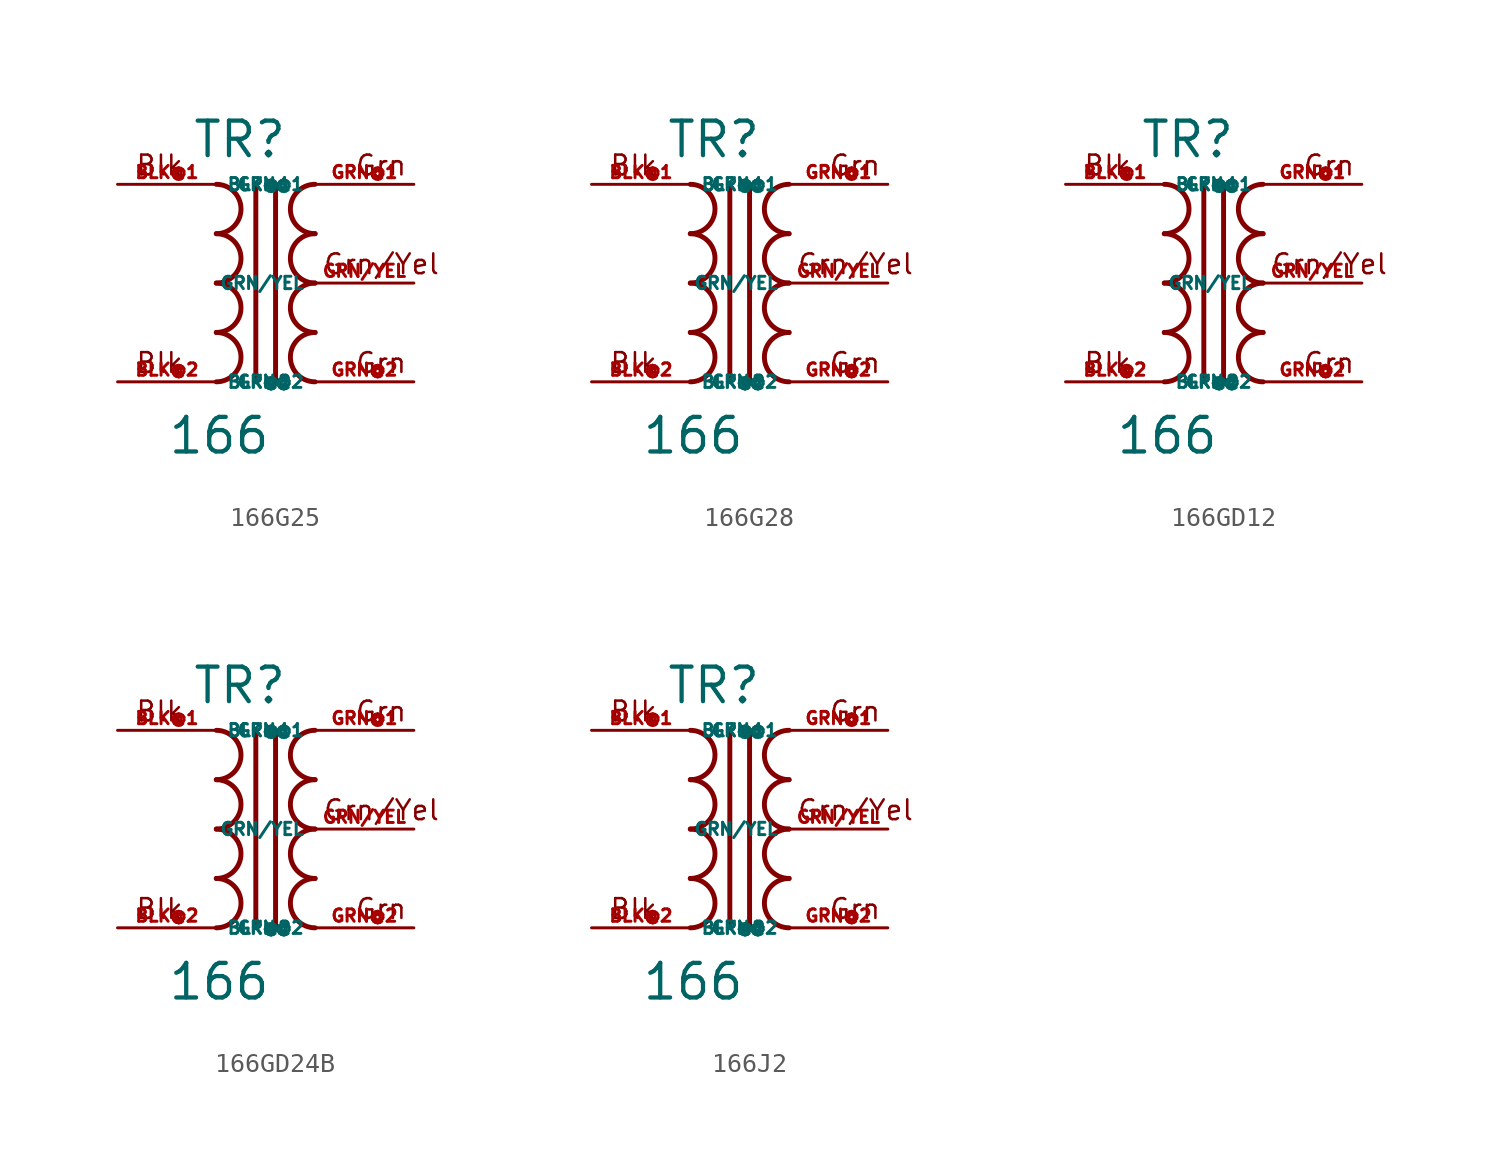
<source format=kicad_sym>
(kicad_symbol_lib
  (version 20220914)
  (generator Eagle2Kicad)
  (symbol "166G25"
    (property "Reference" "TR"
      (at -3.81 6.35 0)
      (effects (font (size 1.778 1.778) (thickness 0.22)) (justify left bottom)))
    (property "Value" "166"
      (at -5.08 -8.89 0)
      (effects (font (size 1.778 1.778) (thickness 0.22)) (justify left bottom)))
    (polyline
      (pts (xy -0.508 5.08) (xy -0.508 -5.08))
      (stroke (width 0.254) (type default))
      (fill (type none)))
    (arc
      (start -2.54 0)
      (mid -1.270 1.270)
      (end -2.54 2.54)
      (stroke (width 0.254) (type default))
      (fill (type none)))
    (arc
      (start -2.54 -2.54)
      (mid -1.270 -1.270)
      (end -2.54 0)
      (stroke (width 0.254) (type default))
      (fill (type none)))
    (arc
      (start -2.54 -5.08)
      (mid -1.270 -3.810)
      (end -2.54 -2.54)
      (stroke (width 0.254) (type default))
      (fill (type none)))
    (arc
      (start -2.54 2.54)
      (mid -1.270 3.810)
      (end -2.54 5.08)
      (stroke (width 0.254) (type default))
      (fill (type none)))
    (arc
      (start 2.54 2.54)
      (mid 1.270 1.270)
      (end 2.54 0)
      (stroke (width 0.254) (type default))
      (fill (type none)))
    (arc
      (start 2.54 5.08)
      (mid 1.270 3.810)
      (end 2.54 2.54)
      (stroke (width 0.254) (type default))
      (fill (type none)))
    (arc
      (start 2.54 0)
      (mid 1.270 -1.270)
      (end 2.54 -2.54)
      (stroke (width 0.254) (type default))
      (fill (type none)))
    (arc
      (start 2.54 -2.54)
      (mid 1.270 -3.810)
      (end 2.54 -5.08)
      (stroke (width 0.254) (type default))
      (fill (type none)))
    (polyline
      (pts (xy 0.508 5.08) (xy 0.508 -5.08))
      (stroke (width 0.254) (type default))
      (fill (type none)))
    (text "Blk"
      (at -6.731 5.461 0)
      (effects (font (size 1.016 1.016) (thickness 0.13)) (justify left bottom)))
    (text "Blk"
      (at -6.731 -4.699 0)
      (effects (font (size 1.016 1.016) (thickness 0.13)) (justify left bottom)))
    (text "Grn"
      (at 4.572 5.461 0)
      (effects (font (size 1.016 1.016) (thickness 0.13)) (justify left bottom)))
    (text "Grn"
      (at 4.572 -4.699 0)
      (effects (font (size 1.016 1.016) (thickness 0.13)) (justify left bottom)))
    (text "Grn/Yel"
      (at 2.921 0.381 0)
      (effects (font (size 1.016 1.016) (thickness 0.13)) (justify left bottom)))
    (pin passive line
      (at -7.62 5.08 0)
      (length 5.08)
      (name "BLK@1" (effects (font (size 0.635 0.635) (thickness 0.08)) (justify left bottom)))
      (number "BLK@1" (effects (font (size 0.635 0.635) (thickness 0.08)) (justify left bottom))))
    (pin passive line
      (at -7.62 -5.08 0)
      (length 5.08)
      (name "BLK@2" (effects (font (size 0.635 0.635) (thickness 0.08)) (justify left bottom)))
      (number "BLK@2" (effects (font (size 0.635 0.635) (thickness 0.08)) (justify left bottom))))
    (pin passive line
      (at 7.62 5.08 180)
      (length 5.08)
      (name "GRN@1" (effects (font (size 0.635 0.635) (thickness 0.08)) (justify left bottom)))
      (number "GRN@1" (effects (font (size 0.635 0.635) (thickness 0.08)) (justify left bottom))))
    (pin passive line
      (at 7.62 0 180)
      (length 5.08)
      (name "GRN/YEL" (effects (font (size 0.635 0.635) (thickness 0.08)) (justify left bottom)))
      (number "GRN/YEL" (effects (font (size 0.635 0.635) (thickness 0.08)) (justify left bottom))))
    (pin passive line
      (at 7.62 -5.08 180)
      (length 5.08)
      (name "GRN@2" (effects (font (size 0.635 0.635) (thickness 0.08)) (justify left bottom)))
      (number "GRN@2" (effects (font (size 0.635 0.635) (thickness 0.08)) (justify left bottom)))))
  (symbol "166G28"
    (property "Reference" "TR"
      (at -3.81 6.35 0)
      (effects (font (size 1.778 1.778) (thickness 0.22)) (justify left bottom)))
    (property "Value" "166"
      (at -5.08 -8.89 0)
      (effects (font (size 1.778 1.778) (thickness 0.22)) (justify left bottom)))
    (polyline
      (pts (xy -0.508 5.08) (xy -0.508 -5.08))
      (stroke (width 0.254) (type default))
      (fill (type none)))
    (arc
      (start -2.54 0)
      (mid -1.270 1.270)
      (end -2.54 2.54)
      (stroke (width 0.254) (type default))
      (fill (type none)))
    (arc
      (start -2.54 -2.54)
      (mid -1.270 -1.270)
      (end -2.54 0)
      (stroke (width 0.254) (type default))
      (fill (type none)))
    (arc
      (start -2.54 -5.08)
      (mid -1.270 -3.810)
      (end -2.54 -2.54)
      (stroke (width 0.254) (type default))
      (fill (type none)))
    (arc
      (start -2.54 2.54)
      (mid -1.270 3.810)
      (end -2.54 5.08)
      (stroke (width 0.254) (type default))
      (fill (type none)))
    (arc
      (start 2.54 2.54)
      (mid 1.270 1.270)
      (end 2.54 0)
      (stroke (width 0.254) (type default))
      (fill (type none)))
    (arc
      (start 2.54 5.08)
      (mid 1.270 3.810)
      (end 2.54 2.54)
      (stroke (width 0.254) (type default))
      (fill (type none)))
    (arc
      (start 2.54 0)
      (mid 1.270 -1.270)
      (end 2.54 -2.54)
      (stroke (width 0.254) (type default))
      (fill (type none)))
    (arc
      (start 2.54 -2.54)
      (mid 1.270 -3.810)
      (end 2.54 -5.08)
      (stroke (width 0.254) (type default))
      (fill (type none)))
    (polyline
      (pts (xy 0.508 5.08) (xy 0.508 -5.08))
      (stroke (width 0.254) (type default))
      (fill (type none)))
    (text "Blk"
      (at -6.731 5.461 0)
      (effects (font (size 1.016 1.016) (thickness 0.13)) (justify left bottom)))
    (text "Blk"
      (at -6.731 -4.699 0)
      (effects (font (size 1.016 1.016) (thickness 0.13)) (justify left bottom)))
    (text "Grn"
      (at 4.572 5.461 0)
      (effects (font (size 1.016 1.016) (thickness 0.13)) (justify left bottom)))
    (text "Grn"
      (at 4.572 -4.699 0)
      (effects (font (size 1.016 1.016) (thickness 0.13)) (justify left bottom)))
    (text "Grn/Yel"
      (at 2.921 0.381 0)
      (effects (font (size 1.016 1.016) (thickness 0.13)) (justify left bottom)))
    (pin passive line
      (at -7.62 5.08 0)
      (length 5.08)
      (name "BLK@1" (effects (font (size 0.635 0.635) (thickness 0.08)) (justify left bottom)))
      (number "BLK@1" (effects (font (size 0.635 0.635) (thickness 0.08)) (justify left bottom))))
    (pin passive line
      (at -7.62 -5.08 0)
      (length 5.08)
      (name "BLK@2" (effects (font (size 0.635 0.635) (thickness 0.08)) (justify left bottom)))
      (number "BLK@2" (effects (font (size 0.635 0.635) (thickness 0.08)) (justify left bottom))))
    (pin passive line
      (at 7.62 5.08 180)
      (length 5.08)
      (name "GRN@1" (effects (font (size 0.635 0.635) (thickness 0.08)) (justify left bottom)))
      (number "GRN@1" (effects (font (size 0.635 0.635) (thickness 0.08)) (justify left bottom))))
    (pin passive line
      (at 7.62 0 180)
      (length 5.08)
      (name "GRN/YEL" (effects (font (size 0.635 0.635) (thickness 0.08)) (justify left bottom)))
      (number "GRN/YEL" (effects (font (size 0.635 0.635) (thickness 0.08)) (justify left bottom))))
    (pin passive line
      (at 7.62 -5.08 180)
      (length 5.08)
      (name "GRN@2" (effects (font (size 0.635 0.635) (thickness 0.08)) (justify left bottom)))
      (number "GRN@2" (effects (font (size 0.635 0.635) (thickness 0.08)) (justify left bottom)))))
  (symbol "166GD12"
    (property "Reference" "TR"
      (at -3.81 6.35 0)
      (effects (font (size 1.778 1.778) (thickness 0.22)) (justify left bottom)))
    (property "Value" "166"
      (at -5.08 -8.89 0)
      (effects (font (size 1.778 1.778) (thickness 0.22)) (justify left bottom)))
    (polyline
      (pts (xy -0.508 5.08) (xy -0.508 -5.08))
      (stroke (width 0.254) (type default))
      (fill (type none)))
    (arc
      (start -2.54 0)
      (mid -1.270 1.270)
      (end -2.54 2.54)
      (stroke (width 0.254) (type default))
      (fill (type none)))
    (arc
      (start -2.54 -2.54)
      (mid -1.270 -1.270)
      (end -2.54 0)
      (stroke (width 0.254) (type default))
      (fill (type none)))
    (arc
      (start -2.54 -5.08)
      (mid -1.270 -3.810)
      (end -2.54 -2.54)
      (stroke (width 0.254) (type default))
      (fill (type none)))
    (arc
      (start -2.54 2.54)
      (mid -1.270 3.810)
      (end -2.54 5.08)
      (stroke (width 0.254) (type default))
      (fill (type none)))
    (arc
      (start 2.54 2.54)
      (mid 1.270 1.270)
      (end 2.54 0)
      (stroke (width 0.254) (type default))
      (fill (type none)))
    (arc
      (start 2.54 5.08)
      (mid 1.270 3.810)
      (end 2.54 2.54)
      (stroke (width 0.254) (type default))
      (fill (type none)))
    (arc
      (start 2.54 0)
      (mid 1.270 -1.270)
      (end 2.54 -2.54)
      (stroke (width 0.254) (type default))
      (fill (type none)))
    (arc
      (start 2.54 -2.54)
      (mid 1.270 -3.810)
      (end 2.54 -5.08)
      (stroke (width 0.254) (type default))
      (fill (type none)))
    (polyline
      (pts (xy 0.508 5.08) (xy 0.508 -5.08))
      (stroke (width 0.254) (type default))
      (fill (type none)))
    (text "Blk"
      (at -6.731 5.461 0)
      (effects (font (size 1.016 1.016) (thickness 0.13)) (justify left bottom)))
    (text "Blk"
      (at -6.731 -4.699 0)
      (effects (font (size 1.016 1.016) (thickness 0.13)) (justify left bottom)))
    (text "Grn"
      (at 4.572 5.461 0)
      (effects (font (size 1.016 1.016) (thickness 0.13)) (justify left bottom)))
    (text "Grn"
      (at 4.572 -4.699 0)
      (effects (font (size 1.016 1.016) (thickness 0.13)) (justify left bottom)))
    (text "Grn/Yel"
      (at 2.921 0.381 0)
      (effects (font (size 1.016 1.016) (thickness 0.13)) (justify left bottom)))
    (pin passive line
      (at -7.62 5.08 0)
      (length 5.08)
      (name "BLK@1" (effects (font (size 0.635 0.635) (thickness 0.08)) (justify left bottom)))
      (number "BLK@1" (effects (font (size 0.635 0.635) (thickness 0.08)) (justify left bottom))))
    (pin passive line
      (at -7.62 -5.08 0)
      (length 5.08)
      (name "BLK@2" (effects (font (size 0.635 0.635) (thickness 0.08)) (justify left bottom)))
      (number "BLK@2" (effects (font (size 0.635 0.635) (thickness 0.08)) (justify left bottom))))
    (pin passive line
      (at 7.62 5.08 180)
      (length 5.08)
      (name "GRN@1" (effects (font (size 0.635 0.635) (thickness 0.08)) (justify left bottom)))
      (number "GRN@1" (effects (font (size 0.635 0.635) (thickness 0.08)) (justify left bottom))))
    (pin passive line
      (at 7.62 0 180)
      (length 5.08)
      (name "GRN/YEL" (effects (font (size 0.635 0.635) (thickness 0.08)) (justify left bottom)))
      (number "GRN/YEL" (effects (font (size 0.635 0.635) (thickness 0.08)) (justify left bottom))))
    (pin passive line
      (at 7.62 -5.08 180)
      (length 5.08)
      (name "GRN@2" (effects (font (size 0.635 0.635) (thickness 0.08)) (justify left bottom)))
      (number "GRN@2" (effects (font (size 0.635 0.635) (thickness 0.08)) (justify left bottom)))))
  (symbol "166GD24B"
    (property "Reference" "TR"
      (at -3.81 6.35 0)
      (effects (font (size 1.778 1.778) (thickness 0.22)) (justify left bottom)))
    (property "Value" "166"
      (at -5.08 -8.89 0)
      (effects (font (size 1.778 1.778) (thickness 0.22)) (justify left bottom)))
    (polyline
      (pts (xy -0.508 5.08) (xy -0.508 -5.08))
      (stroke (width 0.254) (type default))
      (fill (type none)))
    (arc
      (start -2.54 0)
      (mid -1.270 1.270)
      (end -2.54 2.54)
      (stroke (width 0.254) (type default))
      (fill (type none)))
    (arc
      (start -2.54 -2.54)
      (mid -1.270 -1.270)
      (end -2.54 0)
      (stroke (width 0.254) (type default))
      (fill (type none)))
    (arc
      (start -2.54 -5.08)
      (mid -1.270 -3.810)
      (end -2.54 -2.54)
      (stroke (width 0.254) (type default))
      (fill (type none)))
    (arc
      (start -2.54 2.54)
      (mid -1.270 3.810)
      (end -2.54 5.08)
      (stroke (width 0.254) (type default))
      (fill (type none)))
    (arc
      (start 2.54 2.54)
      (mid 1.270 1.270)
      (end 2.54 0)
      (stroke (width 0.254) (type default))
      (fill (type none)))
    (arc
      (start 2.54 5.08)
      (mid 1.270 3.810)
      (end 2.54 2.54)
      (stroke (width 0.254) (type default))
      (fill (type none)))
    (arc
      (start 2.54 0)
      (mid 1.270 -1.270)
      (end 2.54 -2.54)
      (stroke (width 0.254) (type default))
      (fill (type none)))
    (arc
      (start 2.54 -2.54)
      (mid 1.270 -3.810)
      (end 2.54 -5.08)
      (stroke (width 0.254) (type default))
      (fill (type none)))
    (polyline
      (pts (xy 0.508 5.08) (xy 0.508 -5.08))
      (stroke (width 0.254) (type default))
      (fill (type none)))
    (text "Blk"
      (at -6.731 5.461 0)
      (effects (font (size 1.016 1.016) (thickness 0.13)) (justify left bottom)))
    (text "Blk"
      (at -6.731 -4.699 0)
      (effects (font (size 1.016 1.016) (thickness 0.13)) (justify left bottom)))
    (text "Grn"
      (at 4.572 5.461 0)
      (effects (font (size 1.016 1.016) (thickness 0.13)) (justify left bottom)))
    (text "Grn"
      (at 4.572 -4.699 0)
      (effects (font (size 1.016 1.016) (thickness 0.13)) (justify left bottom)))
    (text "Grn/Yel"
      (at 2.921 0.381 0)
      (effects (font (size 1.016 1.016) (thickness 0.13)) (justify left bottom)))
    (pin passive line
      (at -7.62 5.08 0)
      (length 5.08)
      (name "BLK@1" (effects (font (size 0.635 0.635) (thickness 0.08)) (justify left bottom)))
      (number "BLK@1" (effects (font (size 0.635 0.635) (thickness 0.08)) (justify left bottom))))
    (pin passive line
      (at -7.62 -5.08 0)
      (length 5.08)
      (name "BLK@2" (effects (font (size 0.635 0.635) (thickness 0.08)) (justify left bottom)))
      (number "BLK@2" (effects (font (size 0.635 0.635) (thickness 0.08)) (justify left bottom))))
    (pin passive line
      (at 7.62 5.08 180)
      (length 5.08)
      (name "GRN@1" (effects (font (size 0.635 0.635) (thickness 0.08)) (justify left bottom)))
      (number "GRN@1" (effects (font (size 0.635 0.635) (thickness 0.08)) (justify left bottom))))
    (pin passive line
      (at 7.62 0 180)
      (length 5.08)
      (name "GRN/YEL" (effects (font (size 0.635 0.635) (thickness 0.08)) (justify left bottom)))
      (number "GRN/YEL" (effects (font (size 0.635 0.635) (thickness 0.08)) (justify left bottom))))
    (pin passive line
      (at 7.62 -5.08 180)
      (length 5.08)
      (name "GRN@2" (effects (font (size 0.635 0.635) (thickness 0.08)) (justify left bottom)))
      (number "GRN@2" (effects (font (size 0.635 0.635) (thickness 0.08)) (justify left bottom)))))
  (symbol "166J2"
    (property "Reference" "TR"
      (at -3.81 6.35 0)
      (effects (font (size 1.778 1.778) (thickness 0.22)) (justify left bottom)))
    (property "Value" "166"
      (at -5.08 -8.89 0)
      (effects (font (size 1.778 1.778) (thickness 0.22)) (justify left bottom)))
    (polyline
      (pts (xy -0.508 5.08) (xy -0.508 -5.08))
      (stroke (width 0.254) (type default))
      (fill (type none)))
    (arc
      (start -2.54 0)
      (mid -1.270 1.270)
      (end -2.54 2.54)
      (stroke (width 0.254) (type default))
      (fill (type none)))
    (arc
      (start -2.54 -2.54)
      (mid -1.270 -1.270)
      (end -2.54 0)
      (stroke (width 0.254) (type default))
      (fill (type none)))
    (arc
      (start -2.54 -5.08)
      (mid -1.270 -3.810)
      (end -2.54 -2.54)
      (stroke (width 0.254) (type default))
      (fill (type none)))
    (arc
      (start -2.54 2.54)
      (mid -1.270 3.810)
      (end -2.54 5.08)
      (stroke (width 0.254) (type default))
      (fill (type none)))
    (arc
      (start 2.54 2.54)
      (mid 1.270 1.270)
      (end 2.54 0)
      (stroke (width 0.254) (type default))
      (fill (type none)))
    (arc
      (start 2.54 5.08)
      (mid 1.270 3.810)
      (end 2.54 2.54)
      (stroke (width 0.254) (type default))
      (fill (type none)))
    (arc
      (start 2.54 0)
      (mid 1.270 -1.270)
      (end 2.54 -2.54)
      (stroke (width 0.254) (type default))
      (fill (type none)))
    (arc
      (start 2.54 -2.54)
      (mid 1.270 -3.810)
      (end 2.54 -5.08)
      (stroke (width 0.254) (type default))
      (fill (type none)))
    (polyline
      (pts (xy 0.508 5.08) (xy 0.508 -5.08))
      (stroke (width 0.254) (type default))
      (fill (type none)))
    (text "Blk"
      (at -6.731 5.461 0)
      (effects (font (size 1.016 1.016) (thickness 0.13)) (justify left bottom)))
    (text "Blk"
      (at -6.731 -4.699 0)
      (effects (font (size 1.016 1.016) (thickness 0.13)) (justify left bottom)))
    (text "Grn"
      (at 4.572 5.461 0)
      (effects (font (size 1.016 1.016) (thickness 0.13)) (justify left bottom)))
    (text "Grn"
      (at 4.572 -4.699 0)
      (effects (font (size 1.016 1.016) (thickness 0.13)) (justify left bottom)))
    (text "Grn/Yel"
      (at 2.921 0.381 0)
      (effects (font (size 1.016 1.016) (thickness 0.13)) (justify left bottom)))
    (pin passive line
      (at -7.62 5.08 0)
      (length 5.08)
      (name "BLK@1" (effects (font (size 0.635 0.635) (thickness 0.08)) (justify left bottom)))
      (number "BLK@1" (effects (font (size 0.635 0.635) (thickness 0.08)) (justify left bottom))))
    (pin passive line
      (at -7.62 -5.08 0)
      (length 5.08)
      (name "BLK@2" (effects (font (size 0.635 0.635) (thickness 0.08)) (justify left bottom)))
      (number "BLK@2" (effects (font (size 0.635 0.635) (thickness 0.08)) (justify left bottom))))
    (pin passive line
      (at 7.62 5.08 180)
      (length 5.08)
      (name "GRN@1" (effects (font (size 0.635 0.635) (thickness 0.08)) (justify left bottom)))
      (number "GRN@1" (effects (font (size 0.635 0.635) (thickness 0.08)) (justify left bottom))))
    (pin passive line
      (at 7.62 0 180)
      (length 5.08)
      (name "GRN/YEL" (effects (font (size 0.635 0.635) (thickness 0.08)) (justify left bottom)))
      (number "GRN/YEL" (effects (font (size 0.635 0.635) (thickness 0.08)) (justify left bottom))))
    (pin passive line
      (at 7.62 -5.08 180)
      (length 5.08)
      (name "GRN@2" (effects (font (size 0.635 0.635) (thickness 0.08)) (justify left bottom)))
      (number "GRN@2" (effects (font (size 0.635 0.635) (thickness 0.08)) (justify left bottom))))))
</source>
